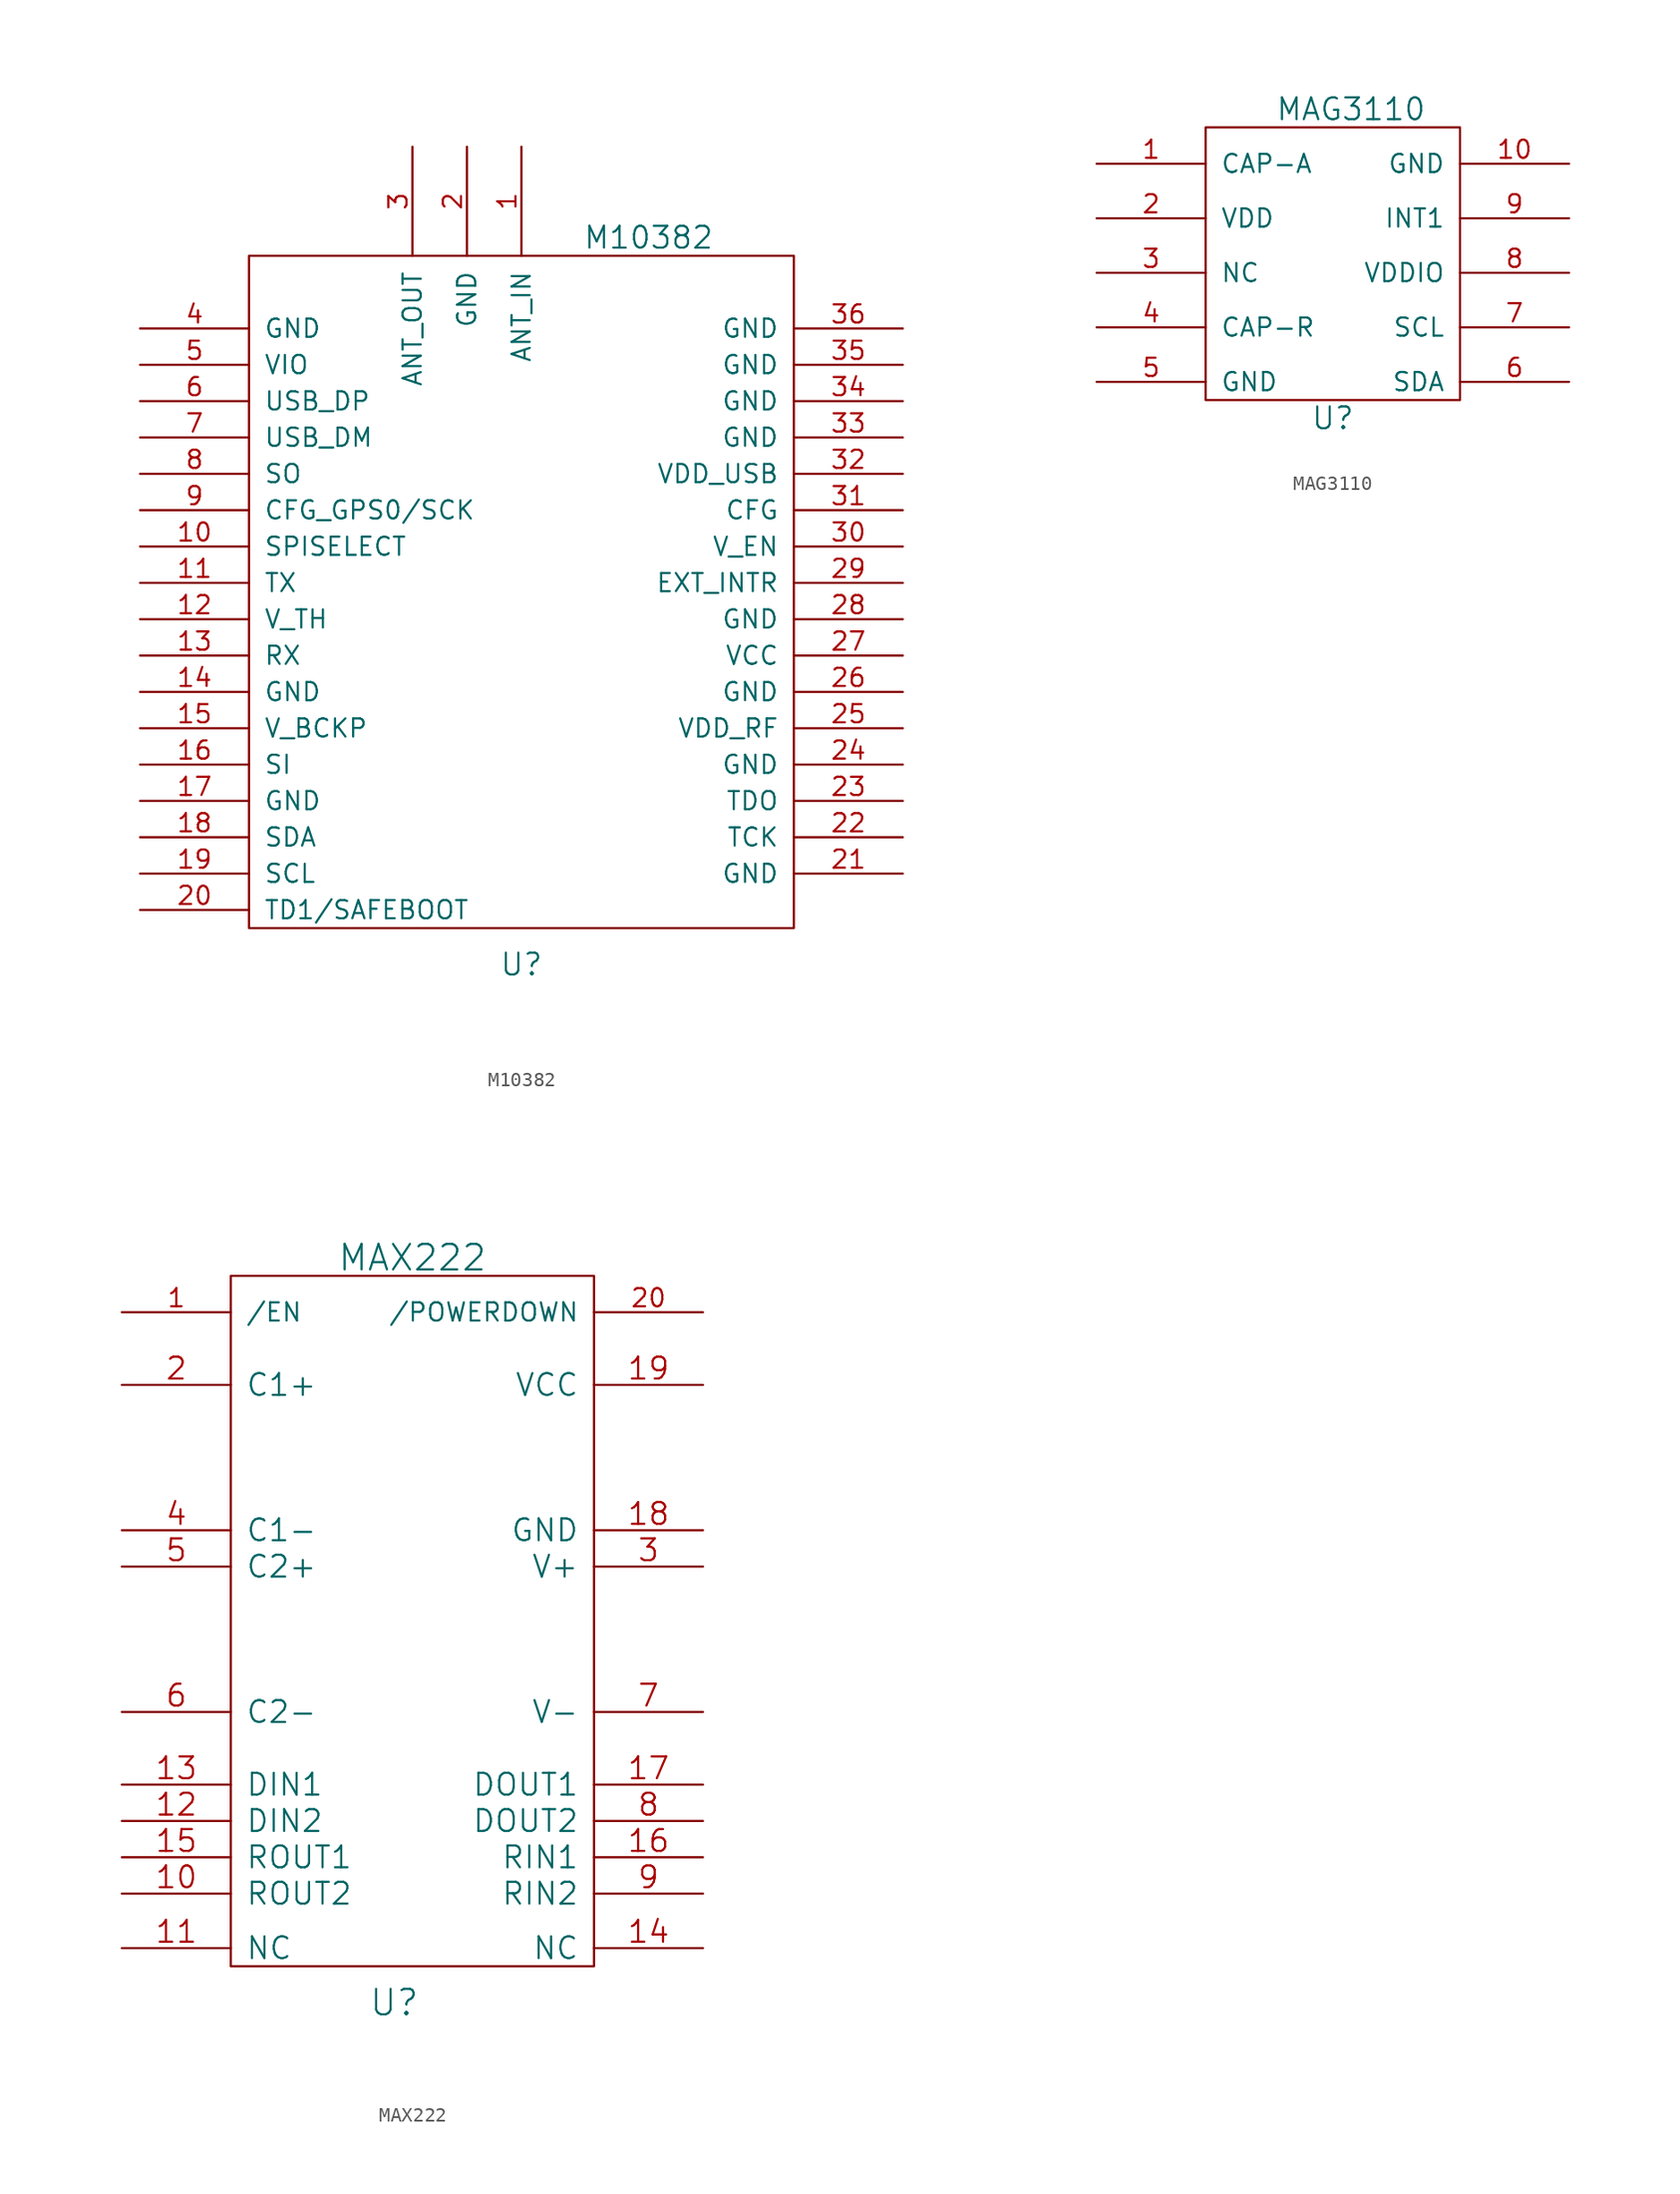
<source format=kicad_sym>
(kicad_symbol_lib
  (version 20211014)
  (generator kicad_symbol_editor)
  (symbol "M10382"
    (pin_names
      (offset 1.016))
    (property "Reference" "U"
      (at 0 -22.86 0)
      (effects (font (size 1.524 1.524))))
    (property "Value" "M10382"
      (at 8.89 27.94 0)
      (effects (font (size 1.524 1.524))))
    (symbol "M10382_0_1"
      (rectangle (start -19.05 -20.32) (end 19.05 26.67) (stroke (width 0) (type default) (color 0 0 0 0)) (fill (type none))))
    (symbol "M10382_1_1"
      (pin input line (at 0 34.29 270) (length 7.62) (name "ANT_IN" (effects (font (size 1.27 1.27)))) (number "1" (effects (font (size 1.27 1.27)))))
      (pin input line (at -26.67 6.35 0) (length 7.62) (name "SPISELECT" (effects (font (size 1.27 1.27)))) (number "10" (effects (font (size 1.27 1.27)))))
      (pin input line (at -26.67 3.81 0) (length 7.62) (name "TX" (effects (font (size 1.27 1.27)))) (number "11" (effects (font (size 1.27 1.27)))))
      (pin input line (at -26.67 1.27 0) (length 7.62) (name "V_TH" (effects (font (size 1.27 1.27)))) (number "12" (effects (font (size 1.27 1.27)))))
      (pin input line (at -26.67 -1.27 0) (length 7.62) (name "RX" (effects (font (size 1.27 1.27)))) (number "13" (effects (font (size 1.27 1.27)))))
      (pin input line (at -26.67 -3.81 0) (length 7.62) (name "GND" (effects (font (size 1.27 1.27)))) (number "14" (effects (font (size 1.27 1.27)))))
      (pin input line (at -26.67 -6.35 0) (length 7.62) (name "V_BCKP" (effects (font (size 1.27 1.27)))) (number "15" (effects (font (size 1.27 1.27)))))
      (pin input line (at -26.67 -8.89 0) (length 7.62) (name "SI" (effects (font (size 1.27 1.27)))) (number "16" (effects (font (size 1.27 1.27)))))
      (pin input line (at -26.67 -11.43 0) (length 7.62) (name "GND" (effects (font (size 1.27 1.27)))) (number "17" (effects (font (size 1.27 1.27)))))
      (pin input line (at -26.67 -13.97 0) (length 7.62) (name "SDA" (effects (font (size 1.27 1.27)))) (number "18" (effects (font (size 1.27 1.27)))))
      (pin input line (at -26.67 -16.51 0) (length 7.62) (name "SCL" (effects (font (size 1.27 1.27)))) (number "19" (effects (font (size 1.27 1.27)))))
      (pin input line (at -3.81 34.29 270) (length 7.62) (name "GND" (effects (font (size 1.27 1.27)))) (number "2" (effects (font (size 1.27 1.27)))))
      (pin input line (at -26.67 -19.05 0) (length 7.62) (name "TD1/SAFEBOOT" (effects (font (size 1.27 1.27)))) (number "20" (effects (font (size 1.27 1.27)))))
      (pin input line (at 26.67 -16.51 180) (length 7.62) (name "GND" (effects (font (size 1.27 1.27)))) (number "21" (effects (font (size 1.27 1.27)))))
      (pin input line (at 26.67 -13.97 180) (length 7.62) (name "TCK" (effects (font (size 1.27 1.27)))) (number "22" (effects (font (size 1.27 1.27)))))
      (pin input line (at 26.67 -11.43 180) (length 7.62) (name "TDO" (effects (font (size 1.27 1.27)))) (number "23" (effects (font (size 1.27 1.27)))))
      (pin input line (at 26.67 -8.89 180) (length 7.62) (name "GND" (effects (font (size 1.27 1.27)))) (number "24" (effects (font (size 1.27 1.27)))))
      (pin input line (at 26.67 -6.35 180) (length 7.62) (name "VDD_RF" (effects (font (size 1.27 1.27)))) (number "25" (effects (font (size 1.27 1.27)))))
      (pin input line (at 26.67 -3.81 180) (length 7.62) (name "GND" (effects (font (size 1.27 1.27)))) (number "26" (effects (font (size 1.27 1.27)))))
      (pin input line (at 26.67 -1.27 180) (length 7.62) (name "VCC" (effects (font (size 1.27 1.27)))) (number "27" (effects (font (size 1.27 1.27)))))
      (pin input line (at 26.67 1.27 180) (length 7.62) (name "GND" (effects (font (size 1.27 1.27)))) (number "28" (effects (font (size 1.27 1.27)))))
      (pin input line (at 26.67 3.81 180) (length 7.62) (name "EXT_INTR" (effects (font (size 1.27 1.27)))) (number "29" (effects (font (size 1.27 1.27)))))
      (pin input line (at -7.62 34.29 270) (length 7.62) (name "ANT_OUT" (effects (font (size 1.27 1.27)))) (number "3" (effects (font (size 1.27 1.27)))))
      (pin input line (at 26.67 6.35 180) (length 7.62) (name "V_EN" (effects (font (size 1.27 1.27)))) (number "30" (effects (font (size 1.27 1.27)))))
      (pin input line (at 26.67 8.89 180) (length 7.62) (name "CFG" (effects (font (size 1.27 1.27)))) (number "31" (effects (font (size 1.27 1.27)))))
      (pin input line (at 26.67 11.43 180) (length 7.62) (name "VDD_USB" (effects (font (size 1.27 1.27)))) (number "32" (effects (font (size 1.27 1.27)))))
      (pin input line (at 26.67 13.97 180) (length 7.62) (name "GND" (effects (font (size 1.27 1.27)))) (number "33" (effects (font (size 1.27 1.27)))))
      (pin input line (at 26.67 16.51 180) (length 7.62) (name "GND" (effects (font (size 1.27 1.27)))) (number "34" (effects (font (size 1.27 1.27)))))
      (pin input line (at 26.67 19.05 180) (length 7.62) (name "GND" (effects (font (size 1.27 1.27)))) (number "35" (effects (font (size 1.27 1.27)))))
      (pin input line (at 26.67 21.59 180) (length 7.62) (name "GND" (effects (font (size 1.27 1.27)))) (number "36" (effects (font (size 1.27 1.27)))))
      (pin input line (at -26.67 21.59 0) (length 7.62) (name "GND" (effects (font (size 1.27 1.27)))) (number "4" (effects (font (size 1.27 1.27)))))
      (pin input line (at -26.67 19.05 0) (length 7.62) (name "VIO" (effects (font (size 1.27 1.27)))) (number "5" (effects (font (size 1.27 1.27)))))
      (pin input line (at -26.67 16.51 0) (length 7.62) (name "USB_DP" (effects (font (size 1.27 1.27)))) (number "6" (effects (font (size 1.27 1.27)))))
      (pin input line (at -26.67 13.97 0) (length 7.62) (name "USB_DM" (effects (font (size 1.27 1.27)))) (number "7" (effects (font (size 1.27 1.27)))))
      (pin input line (at -26.67 11.43 0) (length 7.62) (name "SO" (effects (font (size 1.27 1.27)))) (number "8" (effects (font (size 1.27 1.27)))))
      (pin input line (at -26.67 8.89 0) (length 7.62) (name "CFG_GPS0/SCK" (effects (font (size 1.27 1.27)))) (number "9" (effects (font (size 1.27 1.27)))))))
  (symbol "MAG3110"
    (pin_names
      (offset 1.016))
    (property "Reference" "U"
      (at 0 -10.16 0)
      (effects (font (size 1.524 1.524))))
    (property "Value" "MAG3110"
      (at 1.27 11.43 0)
      (effects (font (size 1.524 1.524))))
    (property "Datasheet" ""
      (at 0 0 0)
      (effects (font (size 1.524 1.524))))
    (symbol "MAG3110_0_1"
      (rectangle (start -8.89 10.16) (end 8.89 -8.89) (stroke (width 0) (type default) (color 0 0 0 0)) (fill (type none))))
    (symbol "MAG3110_1_1"
      (pin input line (at -16.51 7.62 0) (length 7.62) (name "CAP-A" (effects (font (size 1.27 1.27)))) (number "1" (effects (font (size 1.27 1.27)))))
      (pin input line (at 16.51 7.62 180) (length 7.62) (name "GND" (effects (font (size 1.27 1.27)))) (number "10" (effects (font (size 1.27 1.27)))))
      (pin input line (at -16.51 3.81 0) (length 7.62) (name "VDD" (effects (font (size 1.27 1.27)))) (number "2" (effects (font (size 1.27 1.27)))))
      (pin input line (at -16.51 0 0) (length 7.62) (name "NC" (effects (font (size 1.27 1.27)))) (number "3" (effects (font (size 1.27 1.27)))))
      (pin input line (at -16.51 -3.81 0) (length 7.62) (name "CAP-R" (effects (font (size 1.27 1.27)))) (number "4" (effects (font (size 1.27 1.27)))))
      (pin input line (at -16.51 -7.62 0) (length 7.62) (name "GND" (effects (font (size 1.27 1.27)))) (number "5" (effects (font (size 1.27 1.27)))))
      (pin input line (at 16.51 -7.62 180) (length 7.62) (name "SDA" (effects (font (size 1.27 1.27)))) (number "6" (effects (font (size 1.27 1.27)))))
      (pin input line (at 16.51 -3.81 180) (length 7.62) (name "SCL" (effects (font (size 1.27 1.27)))) (number "7" (effects (font (size 1.27 1.27)))))
      (pin input line (at 16.51 0 180) (length 7.62) (name "VDDIO" (effects (font (size 1.27 1.27)))) (number "8" (effects (font (size 1.27 1.27)))))
      (pin input line (at 16.51 3.81 180) (length 7.62) (name "INT1" (effects (font (size 1.27 1.27)))) (number "9" (effects (font (size 1.27 1.27)))))))
  (symbol "MAX222"
    (pin_names
      (offset 1.016))
    (property "Reference" "U"
      (at -1.27 -25.4 0)
      (effects (font (size 1.778 1.778))))
    (property "Value" "MAX222"
      (at 0 26.67 0)
      (effects (font (size 1.778 1.778))))
    (property "Footprint" ""
      (at 0 0 0)
      (effects (font (size 1.524 1.524))))
    (property "Datasheet" ""
      (at 0 0 0)
      (effects (font (size 1.524 1.524))))
    (symbol "MAX222_0_1"
      (rectangle (start -12.7 -22.86) (end 12.7 25.4) (stroke (width 0) (type default) (color 0 0 0 0)) (fill (type none))))
    (symbol "MAX222_1_1"
      (pin input line (at -20.32 22.86 0) (length 7.62) (name "/EN" (effects (font (size 1.27 1.27)))) (number "1" (effects (font (size 1.27 1.27)))))
      (pin output line (at -20.32 -17.78 0) (length 7.62) (name "ROUT2" (effects (font (size 1.524 1.524)))) (number "10" (effects (font (size 1.524 1.524)))))
      (pin output line (at -20.32 -21.59 0) (length 7.62) (name "NC" (effects (font (size 1.524 1.524)))) (number "11" (effects (font (size 1.524 1.524)))))
      (pin input line (at -20.32 -12.7 0) (length 7.62) (name "DIN2" (effects (font (size 1.524 1.524)))) (number "12" (effects (font (size 1.524 1.524)))))
      (pin input line (at -20.32 -10.16 0) (length 7.62) (name "DIN1" (effects (font (size 1.524 1.524)))) (number "13" (effects (font (size 1.524 1.524)))))
      (pin output line (at 20.32 -21.59 180) (length 7.62) (name "NC" (effects (font (size 1.524 1.524)))) (number "14" (effects (font (size 1.524 1.524)))))
      (pin output line (at -20.32 -15.24 0) (length 7.62) (name "ROUT1" (effects (font (size 1.524 1.524)))) (number "15" (effects (font (size 1.524 1.524)))))
      (pin input line (at 20.32 -15.24 180) (length 7.62) (name "RIN1" (effects (font (size 1.524 1.524)))) (number "16" (effects (font (size 1.524 1.524)))))
      (pin output line (at 20.32 -10.16 180) (length 7.62) (name "DOUT1" (effects (font (size 1.524 1.524)))) (number "17" (effects (font (size 1.524 1.524)))))
      (pin passive line (at 20.32 7.62 180) (length 7.62) (name "GND" (effects (font (size 1.524 1.524)))) (number "18" (effects (font (size 1.524 1.524)))))
      (pin passive line (at 20.32 17.78 180) (length 7.62) (name "VCC" (effects (font (size 1.524 1.524)))) (number "19" (effects (font (size 1.524 1.524)))))
      (pin passive line (at -20.32 17.78 0) (length 7.62) (name "C1+" (effects (font (size 1.524 1.524)))) (number "2" (effects (font (size 1.524 1.524)))))
      (pin input line (at 20.32 22.86 180) (length 7.62) (name "/POWERDOWN" (effects (font (size 1.27 1.27)))) (number "20" (effects (font (size 1.27 1.27)))))
      (pin passive line (at 20.32 5.08 180) (length 7.62) (name "V+" (effects (font (size 1.524 1.524)))) (number "3" (effects (font (size 1.524 1.524)))))
      (pin passive line (at -20.32 7.62 0) (length 7.62) (name "C1-" (effects (font (size 1.524 1.524)))) (number "4" (effects (font (size 1.524 1.524)))))
      (pin passive line (at -20.32 5.08 0) (length 7.62) (name "C2+" (effects (font (size 1.524 1.524)))) (number "5" (effects (font (size 1.524 1.524)))))
      (pin passive line (at -20.32 -5.08 0) (length 7.62) (name "C2-" (effects (font (size 1.524 1.524)))) (number "6" (effects (font (size 1.524 1.524)))))
      (pin passive line (at 20.32 -5.08 180) (length 7.62) (name "V-" (effects (font (size 1.524 1.524)))) (number "7" (effects (font (size 1.524 1.524)))))
      (pin output line (at 20.32 -12.7 180) (length 7.62) (name "DOUT2" (effects (font (size 1.524 1.524)))) (number "8" (effects (font (size 1.524 1.524)))))
      (pin input line (at 20.32 -17.78 180) (length 7.62) (name "RIN2" (effects (font (size 1.524 1.524)))) (number "9" (effects (font (size 1.524 1.524))))))))
</source>
